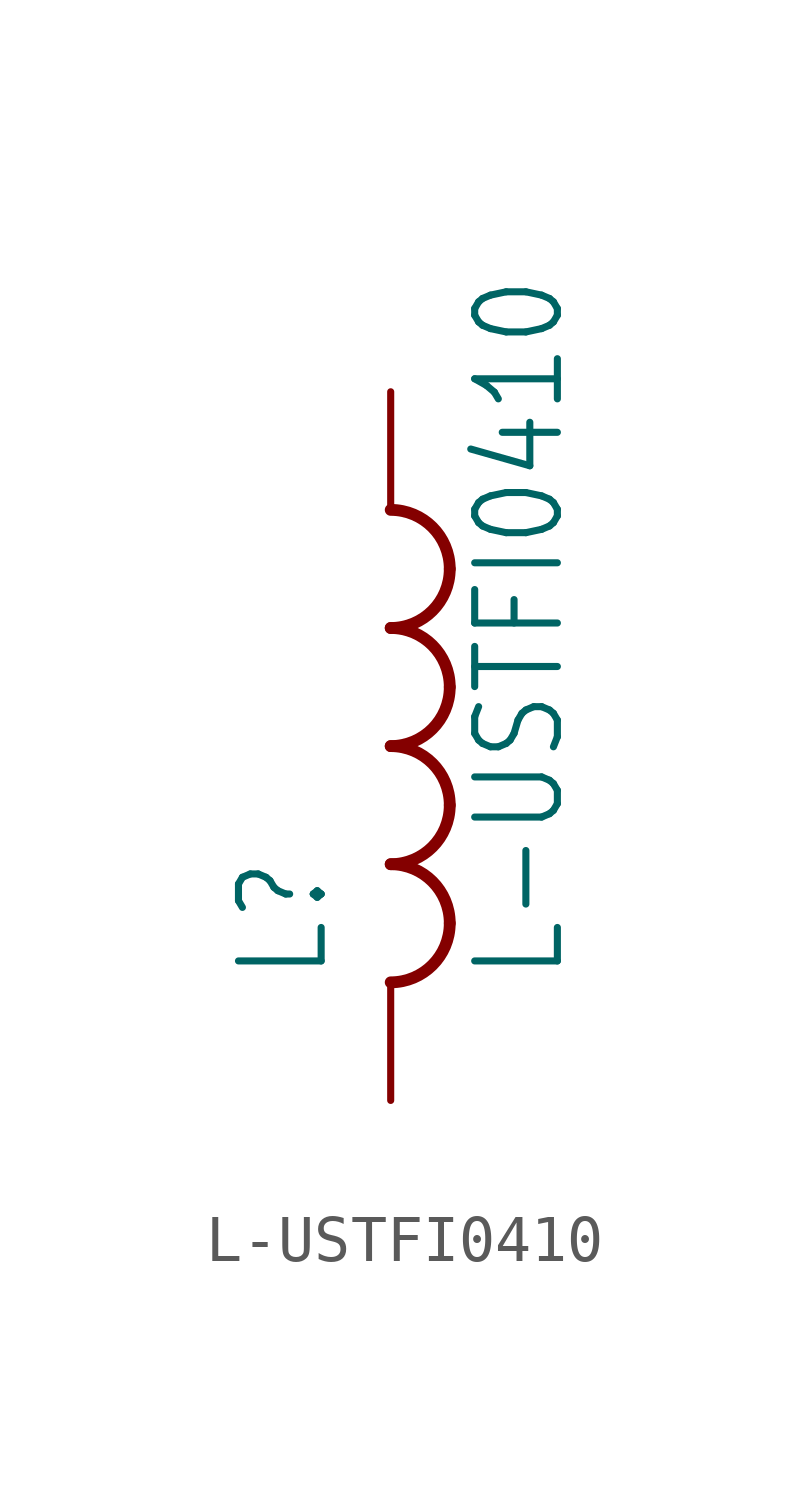
<source format=kicad_sym>
(kicad_symbol_lib
  (version 20211014)
  (generator kicad_symbol_editor)
  (symbol "L-USTFI0410"
    (property "Reference" "L"
      (at -1.27 -5.08 90)
      (effects (font (size 1.778 1.511)) (justify left bottom)))
    (property "Value" "L-USTFI0410"
      (at 3.81 -5.08 90)
      (effects (font (size 1.778 1.511)) (justify left bottom)))
    (property "ki_locked" ""
      (at 0 0 0)
      (effects (font (size 1.27 1.27))))
    (symbol "L-USTFI0410_1_0"
      (arc (start 0 -5.08) (mid 0.898 -4.708) (end 1.27 -3.81) (stroke (width 0.254) (type default) (color 0 0 0 0)) (fill (type none)))
      (arc (start 0 -2.54) (mid 0.898 -2.168) (end 1.27 -1.27) (stroke (width 0.254) (type default) (color 0 0 0 0)) (fill (type none)))
      (arc (start 0 0) (mid 0.898 0.372) (end 1.27 1.27) (stroke (width 0.254) (type default) (color 0 0 0 0)) (fill (type none)))
      (arc (start 0 2.54) (mid 0.898 2.912) (end 1.27 3.81) (stroke (width 0.254) (type default) (color 0 0 0 0)) (fill (type none)))
      (arc (start 1.27 -3.81) (mid 0.898 -2.912) (end 0 -2.54) (stroke (width 0.254) (type default) (color 0 0 0 0)) (fill (type none)))
      (arc (start 1.27 -1.27) (mid 0.898 -0.372) (end 0 0) (stroke (width 0.254) (type default) (color 0 0 0 0)) (fill (type none)))
      (arc (start 1.27 1.27) (mid 0.898 2.168) (end 0 2.54) (stroke (width 0.254) (type default) (color 0 0 0 0)) (fill (type none)))
      (arc (start 1.27 3.81) (mid 0.898 4.708) (end 0 5.08) (stroke (width 0.254) (type default) (color 0 0 0 0)) (fill (type none)))
      (pin passive line (at 0 7.62 270) (length 2.54) (name "1" (effects (font (size 0 0)))) (number "1" (effects (font (size 0 0)))))
      (pin passive line (at 0 -7.62 90) (length 2.54) (name "2" (effects (font (size 0 0)))) (number "2" (effects (font (size 0 0))))))))
</source>
